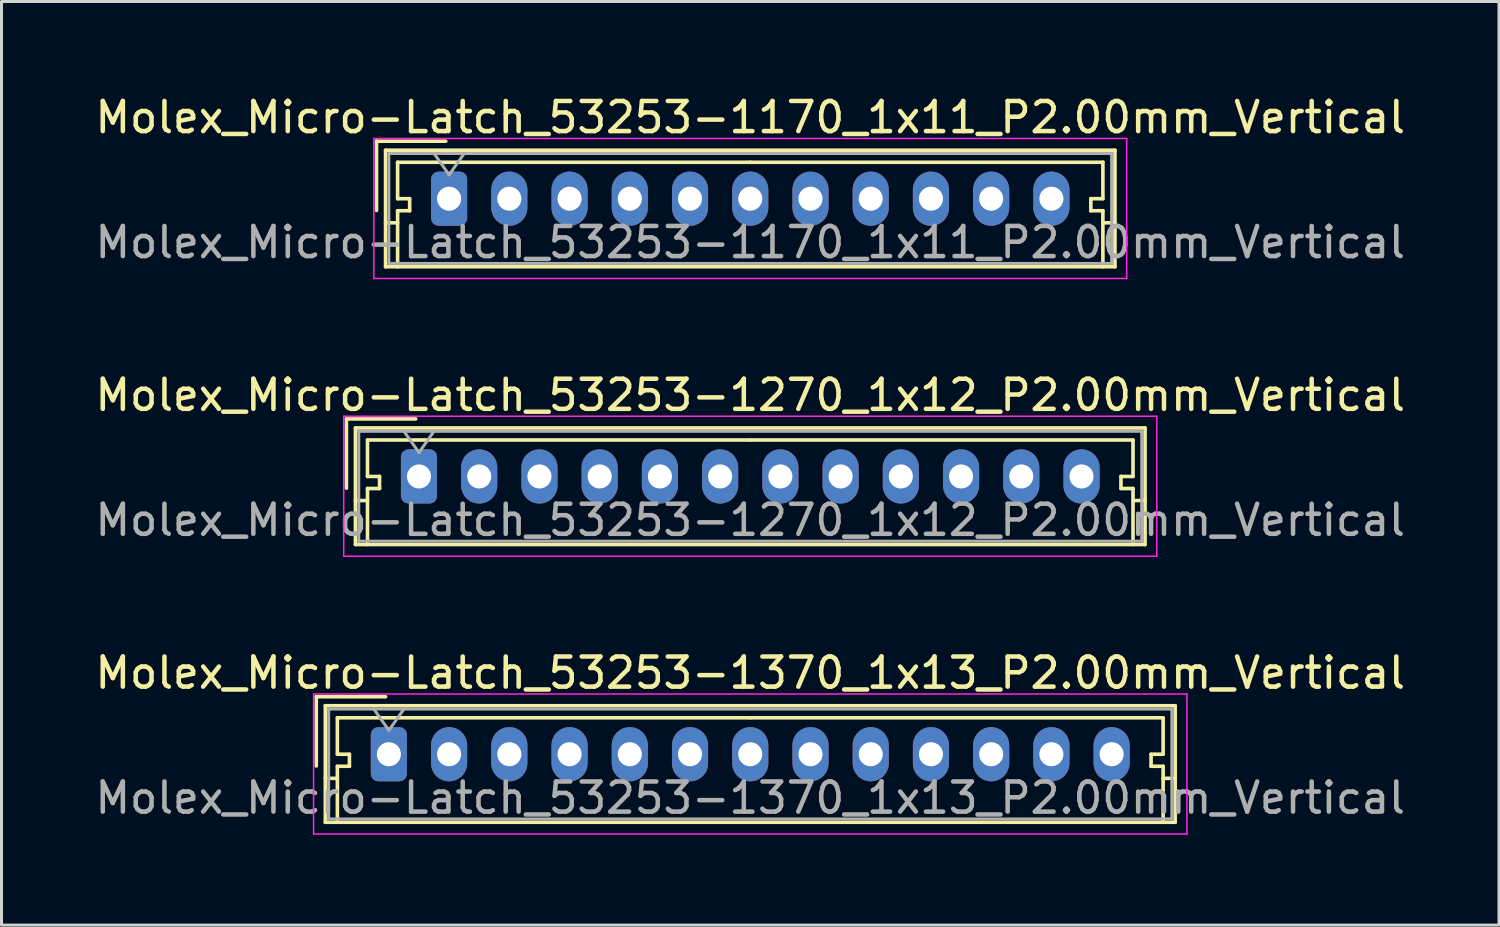
<source format=kicad_pcb>
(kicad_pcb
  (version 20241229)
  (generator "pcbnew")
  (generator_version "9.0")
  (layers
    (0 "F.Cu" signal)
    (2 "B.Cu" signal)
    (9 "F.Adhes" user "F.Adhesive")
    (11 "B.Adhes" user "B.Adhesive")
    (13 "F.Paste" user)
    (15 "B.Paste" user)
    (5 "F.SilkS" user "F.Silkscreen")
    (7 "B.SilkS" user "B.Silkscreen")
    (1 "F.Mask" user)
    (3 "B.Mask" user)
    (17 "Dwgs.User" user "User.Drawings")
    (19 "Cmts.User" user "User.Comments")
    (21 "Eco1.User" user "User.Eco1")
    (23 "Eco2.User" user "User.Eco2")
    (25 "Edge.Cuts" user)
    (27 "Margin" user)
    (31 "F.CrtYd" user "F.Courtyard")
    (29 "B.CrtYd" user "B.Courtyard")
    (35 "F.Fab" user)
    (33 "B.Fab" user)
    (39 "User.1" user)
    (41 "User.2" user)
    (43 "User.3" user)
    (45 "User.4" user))
  (footprint "Molex_Micro-Latch_53253-1170_1x11_P2.00mm_Vertical"
    (layer "F.Cu")
    (at 11.863 3.548)
    (property "Reference" "Molex_Micro-Latch_53253-1170_1x11_P2.00mm_Vertical" (at 10 -2.7 0) (layer "F.SilkS") (effects (font (size 1 1) (thickness 0.15))))
    (attr through_hole)
    (fp_line (start -2.41 -1.91) (end -2.41 0.39) (stroke (width 0.12) (type solid)) (layer "F.SilkS"))
    (fp_line (start -2.11 -1.61) (end -2.11 2.26) (stroke (width 0.12) (type solid)) (layer "F.SilkS"))
    (fp_line (start -2.11 0.8) (end -1.71 0.8) (stroke (width 0.12) (type solid)) (layer "F.SilkS"))
    (fp_line (start -2.11 2.26) (end 22.11 2.26) (stroke (width 0.12) (type solid)) (layer "F.SilkS"))
    (fp_line (start -1.71 -1.21) (end -1.71 0) (stroke (width 0.12) (type solid)) (layer "F.SilkS"))
    (fp_line (start -1.71 0) (end -1.31 0) (stroke (width 0.12) (type solid)) (layer "F.SilkS"))
    (fp_line (start -1.71 0.4) (end -1.71 2.26) (stroke (width 0.12) (type solid)) (layer "F.SilkS"))
    (fp_line (start -1.31 0) (end -1.31 0.4) (stroke (width 0.12) (type solid)) (layer "F.SilkS"))
    (fp_line (start -1.31 0.4) (end -1.71 0.4) (stroke (width 0.12) (type solid)) (layer "F.SilkS"))
    (fp_line (start -0.11 -1.91) (end -2.41 -1.91) (stroke (width 0.12) (type solid)) (layer "F.SilkS"))
    (fp_line (start 10 -1.21) (end -1.71 -1.21) (stroke (width 0.12) (type solid)) (layer "F.SilkS"))
    (fp_line (start 10 -1.21) (end 21.71 -1.21) (stroke (width 0.12) (type solid)) (layer "F.SilkS"))
    (fp_line (start 21.31 0) (end 21.31 0.4) (stroke (width 0.12) (type solid)) (layer "F.SilkS"))
    (fp_line (start 21.31 0.4) (end 21.71 0.4) (stroke (width 0.12) (type solid)) (layer "F.SilkS"))
    (fp_line (start 21.71 -1.21) (end 21.71 0) (stroke (width 0.12) (type solid)) (layer "F.SilkS"))
    (fp_line (start 21.71 0) (end 21.31 0) (stroke (width 0.12) (type solid)) (layer "F.SilkS"))
    (fp_line (start 21.71 0.4) (end 21.71 2.26) (stroke (width 0.12) (type solid)) (layer "F.SilkS"))
    (fp_line (start 22.11 -1.61) (end -2.11 -1.61) (stroke (width 0.12) (type solid)) (layer "F.SilkS"))
    (fp_line (start 22.11 0.8) (end 21.71 0.8) (stroke (width 0.12) (type solid)) (layer "F.SilkS"))
    (fp_line (start 22.11 2.26) (end 22.11 -1.61) (stroke (width 0.12) (type solid)) (layer "F.SilkS"))
    (fp_line (start -2.5 -2) (end -2.5 2.65) (stroke (width 0.05) (type solid)) (layer "F.CrtYd"))
    (fp_line (start -2.5 2.65) (end 22.5 2.65) (stroke (width 0.05) (type solid)) (layer "F.CrtYd"))
    (fp_line (start 22.5 -2) (end -2.5 -2) (stroke (width 0.05) (type solid)) (layer "F.CrtYd"))
    (fp_line (start 22.5 2.65) (end 22.5 -2) (stroke (width 0.05) (type solid)) (layer "F.CrtYd"))
    (fp_line (start -2 -1.5) (end -2 2.15) (stroke (width 0.1) (type solid)) (layer "F.Fab"))
    (fp_line (start -2 2.15) (end 22 2.15) (stroke (width 0.1) (type solid)) (layer "F.Fab"))
    (fp_line (start -0.5 -1.5) (end 0 -0.793) (stroke (width 0.1) (type solid)) (layer "F.Fab"))
    (fp_line (start 0 -0.793) (end 0.5 -1.5) (stroke (width 0.1) (type solid)) (layer "F.Fab"))
    (fp_line (start 22 -1.5) (end -2 -1.5) (stroke (width 0.1) (type solid)) (layer "F.Fab"))
    (fp_line (start 22 2.15) (end 22 -1.5) (stroke (width 0.1) (type solid)) (layer "F.Fab"))
    (fp_text user "${REFERENCE}" (at 10 1.45 0) (layer "F.Fab") (effects (font (size 1 1) (thickness 0.15))))
    (pad "1" thru_hole roundrect (at 0 0) (size 1.2 1.8) (drill 0.8) (layers "*.Cu" "*.Mask") (roundrect_rratio 0.208))
    (pad "2" thru_hole oval (at 2 0) (size 1.2 1.8) (drill 0.8) (layers "*.Cu" "*.Mask"))
    (pad "3" thru_hole oval (at 4 0) (size 1.2 1.8) (drill 0.8) (layers "*.Cu" "*.Mask"))
    (pad "4" thru_hole oval (at 6 0) (size 1.2 1.8) (drill 0.8) (layers "*.Cu" "*.Mask"))
    (pad "5" thru_hole oval (at 8 0) (size 1.2 1.8) (drill 0.8) (layers "*.Cu" "*.Mask"))
    (pad "6" thru_hole oval (at 10 0) (size 1.2 1.8) (drill 0.8) (layers "*.Cu" "*.Mask"))
    (pad "7" thru_hole oval (at 12 0) (size 1.2 1.8) (drill 0.8) (layers "*.Cu" "*.Mask"))
    (pad "8" thru_hole oval (at 14 0) (size 1.2 1.8) (drill 0.8) (layers "*.Cu" "*.Mask"))
    (pad "9" thru_hole oval (at 16 0) (size 1.2 1.8) (drill 0.8) (layers "*.Cu" "*.Mask"))
    (pad "10" thru_hole oval (at 18 0) (size 1.2 1.8) (drill 0.8) (layers "*.Cu" "*.Mask"))
    (pad "11" thru_hole oval (at 20 0) (size 1.2 1.8) (drill 0.8) (layers "*.Cu" "*.Mask")))
  (footprint "Molex_Micro-Latch_53253-1270_1x12_P2.00mm_Vertical"
    (layer "F.Cu")
    (at 10.863 12.771)
    (property "Reference" "Molex_Micro-Latch_53253-1270_1x12_P2.00mm_Vertical" (at 11 -2.7 0) (layer "F.SilkS") (effects (font (size 1 1) (thickness 0.15))))
    (attr through_hole)
    (fp_line (start -2.41 -1.91) (end -2.41 0.39) (stroke (width 0.12) (type solid)) (layer "F.SilkS"))
    (fp_line (start -2.11 -1.61) (end -2.11 2.26) (stroke (width 0.12) (type solid)) (layer "F.SilkS"))
    (fp_line (start -2.11 0.8) (end -1.71 0.8) (stroke (width 0.12) (type solid)) (layer "F.SilkS"))
    (fp_line (start -2.11 2.26) (end 24.11 2.26) (stroke (width 0.12) (type solid)) (layer "F.SilkS"))
    (fp_line (start -1.71 -1.21) (end -1.71 0) (stroke (width 0.12) (type solid)) (layer "F.SilkS"))
    (fp_line (start -1.71 0) (end -1.31 0) (stroke (width 0.12) (type solid)) (layer "F.SilkS"))
    (fp_line (start -1.71 0.4) (end -1.71 2.26) (stroke (width 0.12) (type solid)) (layer "F.SilkS"))
    (fp_line (start -1.31 0) (end -1.31 0.4) (stroke (width 0.12) (type solid)) (layer "F.SilkS"))
    (fp_line (start -1.31 0.4) (end -1.71 0.4) (stroke (width 0.12) (type solid)) (layer "F.SilkS"))
    (fp_line (start -0.11 -1.91) (end -2.41 -1.91) (stroke (width 0.12) (type solid)) (layer "F.SilkS"))
    (fp_line (start 11 -1.21) (end -1.71 -1.21) (stroke (width 0.12) (type solid)) (layer "F.SilkS"))
    (fp_line (start 11 -1.21) (end 23.71 -1.21) (stroke (width 0.12) (type solid)) (layer "F.SilkS"))
    (fp_line (start 23.31 0) (end 23.31 0.4) (stroke (width 0.12) (type solid)) (layer "F.SilkS"))
    (fp_line (start 23.31 0.4) (end 23.71 0.4) (stroke (width 0.12) (type solid)) (layer "F.SilkS"))
    (fp_line (start 23.71 -1.21) (end 23.71 0) (stroke (width 0.12) (type solid)) (layer "F.SilkS"))
    (fp_line (start 23.71 0) (end 23.31 0) (stroke (width 0.12) (type solid)) (layer "F.SilkS"))
    (fp_line (start 23.71 0.4) (end 23.71 2.26) (stroke (width 0.12) (type solid)) (layer "F.SilkS"))
    (fp_line (start 24.11 -1.61) (end -2.11 -1.61) (stroke (width 0.12) (type solid)) (layer "F.SilkS"))
    (fp_line (start 24.11 0.8) (end 23.71 0.8) (stroke (width 0.12) (type solid)) (layer "F.SilkS"))
    (fp_line (start 24.11 2.26) (end 24.11 -1.61) (stroke (width 0.12) (type solid)) (layer "F.SilkS"))
    (fp_line (start -2.5 -2) (end -2.5 2.65) (stroke (width 0.05) (type solid)) (layer "F.CrtYd"))
    (fp_line (start -2.5 2.65) (end 24.5 2.65) (stroke (width 0.05) (type solid)) (layer "F.CrtYd"))
    (fp_line (start 24.5 -2) (end -2.5 -2) (stroke (width 0.05) (type solid)) (layer "F.CrtYd"))
    (fp_line (start 24.5 2.65) (end 24.5 -2) (stroke (width 0.05) (type solid)) (layer "F.CrtYd"))
    (fp_line (start -2 -1.5) (end -2 2.15) (stroke (width 0.1) (type solid)) (layer "F.Fab"))
    (fp_line (start -2 2.15) (end 24 2.15) (stroke (width 0.1) (type solid)) (layer "F.Fab"))
    (fp_line (start -0.5 -1.5) (end 0 -0.793) (stroke (width 0.1) (type solid)) (layer "F.Fab"))
    (fp_line (start 0 -0.793) (end 0.5 -1.5) (stroke (width 0.1) (type solid)) (layer "F.Fab"))
    (fp_line (start 24 -1.5) (end -2 -1.5) (stroke (width 0.1) (type solid)) (layer "F.Fab"))
    (fp_line (start 24 2.15) (end 24 -1.5) (stroke (width 0.1) (type solid)) (layer "F.Fab"))
    (fp_text user "${REFERENCE}" (at 11 1.45 0) (layer "F.Fab") (effects (font (size 1 1) (thickness 0.15))))
    (pad "1" thru_hole roundrect (at 0 0) (size 1.2 1.8) (drill 0.8) (layers "*.Cu" "*.Mask") (roundrect_rratio 0.208))
    (pad "2" thru_hole oval (at 2 0) (size 1.2 1.8) (drill 0.8) (layers "*.Cu" "*.Mask"))
    (pad "3" thru_hole oval (at 4 0) (size 1.2 1.8) (drill 0.8) (layers "*.Cu" "*.Mask"))
    (pad "4" thru_hole oval (at 6 0) (size 1.2 1.8) (drill 0.8) (layers "*.Cu" "*.Mask"))
    (pad "5" thru_hole oval (at 8 0) (size 1.2 1.8) (drill 0.8) (layers "*.Cu" "*.Mask"))
    (pad "6" thru_hole oval (at 10 0) (size 1.2 1.8) (drill 0.8) (layers "*.Cu" "*.Mask"))
    (pad "7" thru_hole oval (at 12 0) (size 1.2 1.8) (drill 0.8) (layers "*.Cu" "*.Mask"))
    (pad "8" thru_hole oval (at 14 0) (size 1.2 1.8) (drill 0.8) (layers "*.Cu" "*.Mask"))
    (pad "9" thru_hole oval (at 16 0) (size 1.2 1.8) (drill 0.8) (layers "*.Cu" "*.Mask"))
    (pad "10" thru_hole oval (at 18 0) (size 1.2 1.8) (drill 0.8) (layers "*.Cu" "*.Mask"))
    (pad "11" thru_hole oval (at 20 0) (size 1.2 1.8) (drill 0.8) (layers "*.Cu" "*.Mask"))
    (pad "12" thru_hole oval (at 22 0) (size 1.2 1.8) (drill 0.8) (layers "*.Cu" "*.Mask")))
  (footprint "Molex_Micro-Latch_53253-1370_1x13_P2.00mm_Vertical"
    (layer "F.Cu")
    (at 9.863 21.995)
    (property "Reference" "Molex_Micro-Latch_53253-1370_1x13_P2.00mm_Vertical" (at 12 -2.7 0) (layer "F.SilkS") (effects (font (size 1 1) (thickness 0.15))))
    (attr through_hole)
    (fp_line (start -2.41 -1.91) (end -2.41 0.39) (stroke (width 0.12) (type solid)) (layer "F.SilkS"))
    (fp_line (start -2.11 -1.61) (end -2.11 2.26) (stroke (width 0.12) (type solid)) (layer "F.SilkS"))
    (fp_line (start -2.11 0.8) (end -1.71 0.8) (stroke (width 0.12) (type solid)) (layer "F.SilkS"))
    (fp_line (start -2.11 2.26) (end 26.11 2.26) (stroke (width 0.12) (type solid)) (layer "F.SilkS"))
    (fp_line (start -1.71 -1.21) (end -1.71 0) (stroke (width 0.12) (type solid)) (layer "F.SilkS"))
    (fp_line (start -1.71 0) (end -1.31 0) (stroke (width 0.12) (type solid)) (layer "F.SilkS"))
    (fp_line (start -1.71 0.4) (end -1.71 2.26) (stroke (width 0.12) (type solid)) (layer "F.SilkS"))
    (fp_line (start -1.31 0) (end -1.31 0.4) (stroke (width 0.12) (type solid)) (layer "F.SilkS"))
    (fp_line (start -1.31 0.4) (end -1.71 0.4) (stroke (width 0.12) (type solid)) (layer "F.SilkS"))
    (fp_line (start -0.11 -1.91) (end -2.41 -1.91) (stroke (width 0.12) (type solid)) (layer "F.SilkS"))
    (fp_line (start 12 -1.21) (end -1.71 -1.21) (stroke (width 0.12) (type solid)) (layer "F.SilkS"))
    (fp_line (start 12 -1.21) (end 25.71 -1.21) (stroke (width 0.12) (type solid)) (layer "F.SilkS"))
    (fp_line (start 25.31 0) (end 25.31 0.4) (stroke (width 0.12) (type solid)) (layer "F.SilkS"))
    (fp_line (start 25.31 0.4) (end 25.71 0.4) (stroke (width 0.12) (type solid)) (layer "F.SilkS"))
    (fp_line (start 25.71 -1.21) (end 25.71 0) (stroke (width 0.12) (type solid)) (layer "F.SilkS"))
    (fp_line (start 25.71 0) (end 25.31 0) (stroke (width 0.12) (type solid)) (layer "F.SilkS"))
    (fp_line (start 25.71 0.4) (end 25.71 2.26) (stroke (width 0.12) (type solid)) (layer "F.SilkS"))
    (fp_line (start 26.11 -1.61) (end -2.11 -1.61) (stroke (width 0.12) (type solid)) (layer "F.SilkS"))
    (fp_line (start 26.11 0.8) (end 25.71 0.8) (stroke (width 0.12) (type solid)) (layer "F.SilkS"))
    (fp_line (start 26.11 2.26) (end 26.11 -1.61) (stroke (width 0.12) (type solid)) (layer "F.SilkS"))
    (fp_line (start -2.5 -2) (end -2.5 2.65) (stroke (width 0.05) (type solid)) (layer "F.CrtYd"))
    (fp_line (start -2.5 2.65) (end 26.5 2.65) (stroke (width 0.05) (type solid)) (layer "F.CrtYd"))
    (fp_line (start 26.5 -2) (end -2.5 -2) (stroke (width 0.05) (type solid)) (layer "F.CrtYd"))
    (fp_line (start 26.5 2.65) (end 26.5 -2) (stroke (width 0.05) (type solid)) (layer "F.CrtYd"))
    (fp_line (start -2 -1.5) (end -2 2.15) (stroke (width 0.1) (type solid)) (layer "F.Fab"))
    (fp_line (start -2 2.15) (end 26 2.15) (stroke (width 0.1) (type solid)) (layer "F.Fab"))
    (fp_line (start -0.5 -1.5) (end 0 -0.793) (stroke (width 0.1) (type solid)) (layer "F.Fab"))
    (fp_line (start 0 -0.793) (end 0.5 -1.5) (stroke (width 0.1) (type solid)) (layer "F.Fab"))
    (fp_line (start 26 -1.5) (end -2 -1.5) (stroke (width 0.1) (type solid)) (layer "F.Fab"))
    (fp_line (start 26 2.15) (end 26 -1.5) (stroke (width 0.1) (type solid)) (layer "F.Fab"))
    (fp_text user "${REFERENCE}" (at 12 1.45 0) (layer "F.Fab") (effects (font (size 1 1) (thickness 0.15))))
    (pad "1" thru_hole roundrect (at 0 0) (size 1.2 1.8) (drill 0.8) (layers "*.Cu" "*.Mask") (roundrect_rratio 0.208))
    (pad "2" thru_hole oval (at 2 0) (size 1.2 1.8) (drill 0.8) (layers "*.Cu" "*.Mask"))
    (pad "3" thru_hole oval (at 4 0) (size 1.2 1.8) (drill 0.8) (layers "*.Cu" "*.Mask"))
    (pad "4" thru_hole oval (at 6 0) (size 1.2 1.8) (drill 0.8) (layers "*.Cu" "*.Mask"))
    (pad "5" thru_hole oval (at 8 0) (size 1.2 1.8) (drill 0.8) (layers "*.Cu" "*.Mask"))
    (pad "6" thru_hole oval (at 10 0) (size 1.2 1.8) (drill 0.8) (layers "*.Cu" "*.Mask"))
    (pad "7" thru_hole oval (at 12 0) (size 1.2 1.8) (drill 0.8) (layers "*.Cu" "*.Mask"))
    (pad "8" thru_hole oval (at 14 0) (size 1.2 1.8) (drill 0.8) (layers "*.Cu" "*.Mask"))
    (pad "9" thru_hole oval (at 16 0) (size 1.2 1.8) (drill 0.8) (layers "*.Cu" "*.Mask"))
    (pad "10" thru_hole oval (at 18 0) (size 1.2 1.8) (drill 0.8) (layers "*.Cu" "*.Mask"))
    (pad "11" thru_hole oval (at 20 0) (size 1.2 1.8) (drill 0.8) (layers "*.Cu" "*.Mask"))
    (pad "12" thru_hole oval (at 22 0) (size 1.2 1.8) (drill 0.8) (layers "*.Cu" "*.Mask"))
    (pad "13" thru_hole oval (at 24 0) (size 1.2 1.8) (drill 0.8) (layers "*.Cu" "*.Mask")))
  (gr_rect
    (start -3 -3)
    (end 46.726 27.67)
    (stroke (width 0.1) (type default))
    (fill no)
    (layer "Edge.Cuts")))
</source>
